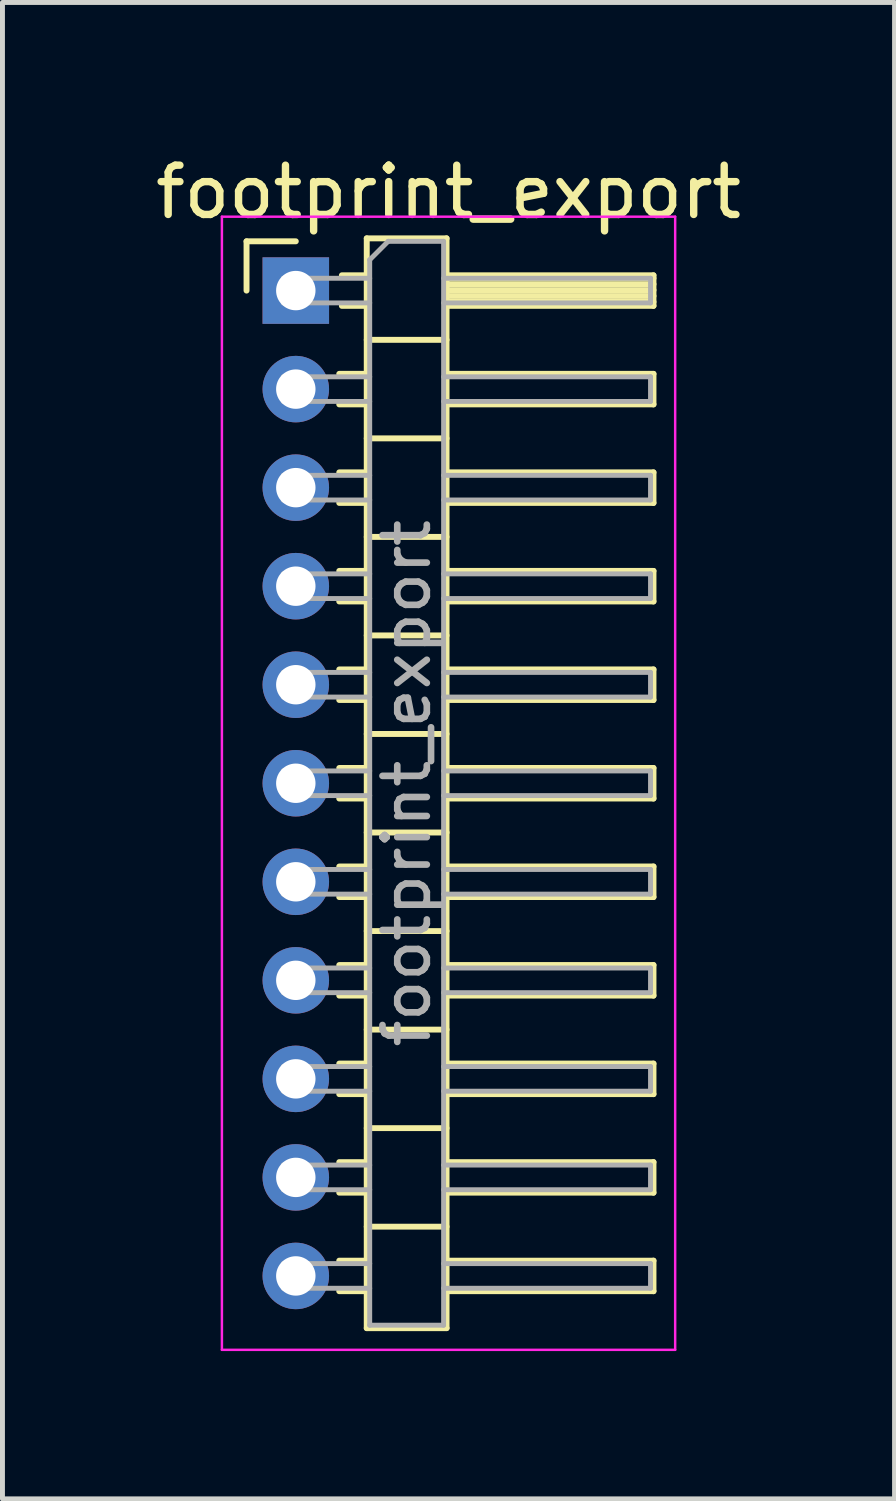
<source format=kicad_pcb>
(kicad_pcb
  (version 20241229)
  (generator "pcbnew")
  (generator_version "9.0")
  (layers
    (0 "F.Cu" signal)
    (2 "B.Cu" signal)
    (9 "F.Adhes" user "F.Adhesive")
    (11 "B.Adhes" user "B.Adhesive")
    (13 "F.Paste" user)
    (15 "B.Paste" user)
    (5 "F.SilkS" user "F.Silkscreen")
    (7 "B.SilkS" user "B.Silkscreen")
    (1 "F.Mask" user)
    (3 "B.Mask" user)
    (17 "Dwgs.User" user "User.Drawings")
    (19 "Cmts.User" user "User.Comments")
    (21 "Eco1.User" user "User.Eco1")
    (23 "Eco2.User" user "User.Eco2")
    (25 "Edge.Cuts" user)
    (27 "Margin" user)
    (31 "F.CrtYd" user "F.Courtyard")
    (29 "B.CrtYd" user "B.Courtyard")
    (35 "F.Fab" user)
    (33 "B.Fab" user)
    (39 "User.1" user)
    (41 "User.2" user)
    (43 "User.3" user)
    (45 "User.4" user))
  (footprint "footprint_export"
    (layer "F.Cu")
    (at 2.954 2.848)
    (property "Reference" "footprint_export" (at 3.1 -2 0) (layer "F.SilkS") (effects (font (size 1 1) (thickness 0.15))))
    (attr through_hole)
    (fp_line (start -1 -1) (end 0 -1) (stroke (width 0.12) (type solid)) (layer "F.SilkS"))
    (fp_line (start -1 0) (end -1 -1) (stroke (width 0.12) (type solid)) (layer "F.SilkS"))
    (fp_line (start 0.882 1.69) (end 1.44 1.69) (stroke (width 0.12) (type solid)) (layer "F.SilkS"))
    (fp_line (start 0.882 2.31) (end 1.44 2.31) (stroke (width 0.12) (type solid)) (layer "F.SilkS"))
    (fp_line (start 0.882 3.69) (end 1.44 3.69) (stroke (width 0.12) (type solid)) (layer "F.SilkS"))
    (fp_line (start 0.882 4.31) (end 1.44 4.31) (stroke (width 0.12) (type solid)) (layer "F.SilkS"))
    (fp_line (start 0.882 5.69) (end 1.44 5.69) (stroke (width 0.12) (type solid)) (layer "F.SilkS"))
    (fp_line (start 0.882 6.31) (end 1.44 6.31) (stroke (width 0.12) (type solid)) (layer "F.SilkS"))
    (fp_line (start 0.882 7.69) (end 1.44 7.69) (stroke (width 0.12) (type solid)) (layer "F.SilkS"))
    (fp_line (start 0.882 8.31) (end 1.44 8.31) (stroke (width 0.12) (type solid)) (layer "F.SilkS"))
    (fp_line (start 0.882 9.69) (end 1.44 9.69) (stroke (width 0.12) (type solid)) (layer "F.SilkS"))
    (fp_line (start 0.882 10.31) (end 1.44 10.31) (stroke (width 0.12) (type solid)) (layer "F.SilkS"))
    (fp_line (start 0.882 11.69) (end 1.44 11.69) (stroke (width 0.12) (type solid)) (layer "F.SilkS"))
    (fp_line (start 0.882 12.31) (end 1.44 12.31) (stroke (width 0.12) (type solid)) (layer "F.SilkS"))
    (fp_line (start 0.882 13.69) (end 1.44 13.69) (stroke (width 0.12) (type solid)) (layer "F.SilkS"))
    (fp_line (start 0.882 14.31) (end 1.44 14.31) (stroke (width 0.12) (type solid)) (layer "F.SilkS"))
    (fp_line (start 0.882 15.69) (end 1.44 15.69) (stroke (width 0.12) (type solid)) (layer "F.SilkS"))
    (fp_line (start 0.882 16.31) (end 1.44 16.31) (stroke (width 0.12) (type solid)) (layer "F.SilkS"))
    (fp_line (start 0.882 17.69) (end 1.44 17.69) (stroke (width 0.12) (type solid)) (layer "F.SilkS"))
    (fp_line (start 0.882 18.31) (end 1.44 18.31) (stroke (width 0.12) (type solid)) (layer "F.SilkS"))
    (fp_line (start 0.882 19.69) (end 1.44 19.69) (stroke (width 0.12) (type solid)) (layer "F.SilkS"))
    (fp_line (start 0.882 20.31) (end 1.44 20.31) (stroke (width 0.12) (type solid)) (layer "F.SilkS"))
    (fp_line (start 0.935 -0.31) (end 1.44 -0.31) (stroke (width 0.12) (type solid)) (layer "F.SilkS"))
    (fp_line (start 0.935 0.31) (end 1.44 0.31) (stroke (width 0.12) (type solid)) (layer "F.SilkS"))
    (fp_line (start 1.44 -1.06) (end 1.44 21.06) (stroke (width 0.12) (type solid)) (layer "F.SilkS"))
    (fp_line (start 1.44 1) (end 3.06 1) (stroke (width 0.12) (type solid)) (layer "F.SilkS"))
    (fp_line (start 1.44 3) (end 3.06 3) (stroke (width 0.12) (type solid)) (layer "F.SilkS"))
    (fp_line (start 1.44 5) (end 3.06 5) (stroke (width 0.12) (type solid)) (layer "F.SilkS"))
    (fp_line (start 1.44 7) (end 3.06 7) (stroke (width 0.12) (type solid)) (layer "F.SilkS"))
    (fp_line (start 1.44 9) (end 3.06 9) (stroke (width 0.12) (type solid)) (layer "F.SilkS"))
    (fp_line (start 1.44 11) (end 3.06 11) (stroke (width 0.12) (type solid)) (layer "F.SilkS"))
    (fp_line (start 1.44 13) (end 3.06 13) (stroke (width 0.12) (type solid)) (layer "F.SilkS"))
    (fp_line (start 1.44 15) (end 3.06 15) (stroke (width 0.12) (type solid)) (layer "F.SilkS"))
    (fp_line (start 1.44 17) (end 3.06 17) (stroke (width 0.12) (type solid)) (layer "F.SilkS"))
    (fp_line (start 1.44 19) (end 3.06 19) (stroke (width 0.12) (type solid)) (layer "F.SilkS"))
    (fp_line (start 1.44 21.06) (end 3.06 21.06) (stroke (width 0.12) (type solid)) (layer "F.SilkS"))
    (fp_line (start 3.06 -1.06) (end 1.44 -1.06) (stroke (width 0.12) (type solid)) (layer "F.SilkS"))
    (fp_line (start 3.06 -0.31) (end 7.26 -0.31) (stroke (width 0.12) (type solid)) (layer "F.SilkS"))
    (fp_line (start 3.06 -0.25) (end 7.26 -0.25) (stroke (width 0.12) (type solid)) (layer "F.SilkS"))
    (fp_line (start 3.06 -0.13) (end 7.26 -0.13) (stroke (width 0.12) (type solid)) (layer "F.SilkS"))
    (fp_line (start 3.06 -0.01) (end 7.26 -0.01) (stroke (width 0.12) (type solid)) (layer "F.SilkS"))
    (fp_line (start 3.06 0.11) (end 7.26 0.11) (stroke (width 0.12) (type solid)) (layer "F.SilkS"))
    (fp_line (start 3.06 0.23) (end 7.26 0.23) (stroke (width 0.12) (type solid)) (layer "F.SilkS"))
    (fp_line (start 3.06 1.69) (end 7.26 1.69) (stroke (width 0.12) (type solid)) (layer "F.SilkS"))
    (fp_line (start 3.06 3.69) (end 7.26 3.69) (stroke (width 0.12) (type solid)) (layer "F.SilkS"))
    (fp_line (start 3.06 5.69) (end 7.26 5.69) (stroke (width 0.12) (type solid)) (layer "F.SilkS"))
    (fp_line (start 3.06 7.69) (end 7.26 7.69) (stroke (width 0.12) (type solid)) (layer "F.SilkS"))
    (fp_line (start 3.06 9.69) (end 7.26 9.69) (stroke (width 0.12) (type solid)) (layer "F.SilkS"))
    (fp_line (start 3.06 11.69) (end 7.26 11.69) (stroke (width 0.12) (type solid)) (layer "F.SilkS"))
    (fp_line (start 3.06 13.69) (end 7.26 13.69) (stroke (width 0.12) (type solid)) (layer "F.SilkS"))
    (fp_line (start 3.06 15.69) (end 7.26 15.69) (stroke (width 0.12) (type solid)) (layer "F.SilkS"))
    (fp_line (start 3.06 17.69) (end 7.26 17.69) (stroke (width 0.12) (type solid)) (layer "F.SilkS"))
    (fp_line (start 3.06 19.69) (end 7.26 19.69) (stroke (width 0.12) (type solid)) (layer "F.SilkS"))
    (fp_line (start 3.06 21.06) (end 3.06 -1.06) (stroke (width 0.12) (type solid)) (layer "F.SilkS"))
    (fp_line (start 7.26 -0.31) (end 7.26 0.31) (stroke (width 0.12) (type solid)) (layer "F.SilkS"))
    (fp_line (start 7.26 0.31) (end 3.06 0.31) (stroke (width 0.12) (type solid)) (layer "F.SilkS"))
    (fp_line (start 7.26 1.69) (end 7.26 2.31) (stroke (width 0.12) (type solid)) (layer "F.SilkS"))
    (fp_line (start 7.26 2.31) (end 3.06 2.31) (stroke (width 0.12) (type solid)) (layer "F.SilkS"))
    (fp_line (start 7.26 3.69) (end 7.26 4.31) (stroke (width 0.12) (type solid)) (layer "F.SilkS"))
    (fp_line (start 7.26 4.31) (end 3.06 4.31) (stroke (width 0.12) (type solid)) (layer "F.SilkS"))
    (fp_line (start 7.26 5.69) (end 7.26 6.31) (stroke (width 0.12) (type solid)) (layer "F.SilkS"))
    (fp_line (start 7.26 6.31) (end 3.06 6.31) (stroke (width 0.12) (type solid)) (layer "F.SilkS"))
    (fp_line (start 7.26 7.69) (end 7.26 8.31) (stroke (width 0.12) (type solid)) (layer "F.SilkS"))
    (fp_line (start 7.26 8.31) (end 3.06 8.31) (stroke (width 0.12) (type solid)) (layer "F.SilkS"))
    (fp_line (start 7.26 9.69) (end 7.26 10.31) (stroke (width 0.12) (type solid)) (layer "F.SilkS"))
    (fp_line (start 7.26 10.31) (end 3.06 10.31) (stroke (width 0.12) (type solid)) (layer "F.SilkS"))
    (fp_line (start 7.26 11.69) (end 7.26 12.31) (stroke (width 0.12) (type solid)) (layer "F.SilkS"))
    (fp_line (start 7.26 12.31) (end 3.06 12.31) (stroke (width 0.12) (type solid)) (layer "F.SilkS"))
    (fp_line (start 7.26 13.69) (end 7.26 14.31) (stroke (width 0.12) (type solid)) (layer "F.SilkS"))
    (fp_line (start 7.26 14.31) (end 3.06 14.31) (stroke (width 0.12) (type solid)) (layer "F.SilkS"))
    (fp_line (start 7.26 15.69) (end 7.26 16.31) (stroke (width 0.12) (type solid)) (layer "F.SilkS"))
    (fp_line (start 7.26 16.31) (end 3.06 16.31) (stroke (width 0.12) (type solid)) (layer "F.SilkS"))
    (fp_line (start 7.26 17.69) (end 7.26 18.31) (stroke (width 0.12) (type solid)) (layer "F.SilkS"))
    (fp_line (start 7.26 18.31) (end 3.06 18.31) (stroke (width 0.12) (type solid)) (layer "F.SilkS"))
    (fp_line (start 7.26 19.69) (end 7.26 20.31) (stroke (width 0.12) (type solid)) (layer "F.SilkS"))
    (fp_line (start 7.26 20.31) (end 3.06 20.31) (stroke (width 0.12) (type solid)) (layer "F.SilkS"))
    (fp_line (start -1.5 -1.5) (end -1.5 21.5) (stroke (width 0.05) (type solid)) (layer "F.CrtYd"))
    (fp_line (start -1.5 21.5) (end 7.7 21.5) (stroke (width 0.05) (type solid)) (layer "F.CrtYd"))
    (fp_line (start 7.7 -1.5) (end -1.5 -1.5) (stroke (width 0.05) (type solid)) (layer "F.CrtYd"))
    (fp_line (start 7.7 21.5) (end 7.7 -1.5) (stroke (width 0.05) (type solid)) (layer "F.CrtYd"))
    (fp_line (start -0.25 -0.25) (end -0.25 0.25) (stroke (width 0.1) (type solid)) (layer "F.Fab"))
    (fp_line (start -0.25 -0.25) (end 1.5 -0.25) (stroke (width 0.1) (type solid)) (layer "F.Fab"))
    (fp_line (start -0.25 0.25) (end 1.5 0.25) (stroke (width 0.1) (type solid)) (layer "F.Fab"))
    (fp_line (start -0.25 1.75) (end -0.25 2.25) (stroke (width 0.1) (type solid)) (layer "F.Fab"))
    (fp_line (start -0.25 1.75) (end 1.5 1.75) (stroke (width 0.1) (type solid)) (layer "F.Fab"))
    (fp_line (start -0.25 2.25) (end 1.5 2.25) (stroke (width 0.1) (type solid)) (layer "F.Fab"))
    (fp_line (start -0.25 3.75) (end -0.25 4.25) (stroke (width 0.1) (type solid)) (layer "F.Fab"))
    (fp_line (start -0.25 3.75) (end 1.5 3.75) (stroke (width 0.1) (type solid)) (layer "F.Fab"))
    (fp_line (start -0.25 4.25) (end 1.5 4.25) (stroke (width 0.1) (type solid)) (layer "F.Fab"))
    (fp_line (start -0.25 5.75) (end -0.25 6.25) (stroke (width 0.1) (type solid)) (layer "F.Fab"))
    (fp_line (start -0.25 5.75) (end 1.5 5.75) (stroke (width 0.1) (type solid)) (layer "F.Fab"))
    (fp_line (start -0.25 6.25) (end 1.5 6.25) (stroke (width 0.1) (type solid)) (layer "F.Fab"))
    (fp_line (start -0.25 7.75) (end -0.25 8.25) (stroke (width 0.1) (type solid)) (layer "F.Fab"))
    (fp_line (start -0.25 7.75) (end 1.5 7.75) (stroke (width 0.1) (type solid)) (layer "F.Fab"))
    (fp_line (start -0.25 8.25) (end 1.5 8.25) (stroke (width 0.1) (type solid)) (layer "F.Fab"))
    (fp_line (start -0.25 9.75) (end -0.25 10.25) (stroke (width 0.1) (type solid)) (layer "F.Fab"))
    (fp_line (start -0.25 9.75) (end 1.5 9.75) (stroke (width 0.1) (type solid)) (layer "F.Fab"))
    (fp_line (start -0.25 10.25) (end 1.5 10.25) (stroke (width 0.1) (type solid)) (layer "F.Fab"))
    (fp_line (start -0.25 11.75) (end -0.25 12.25) (stroke (width 0.1) (type solid)) (layer "F.Fab"))
    (fp_line (start -0.25 11.75) (end 1.5 11.75) (stroke (width 0.1) (type solid)) (layer "F.Fab"))
    (fp_line (start -0.25 12.25) (end 1.5 12.25) (stroke (width 0.1) (type solid)) (layer "F.Fab"))
    (fp_line (start -0.25 13.75) (end -0.25 14.25) (stroke (width 0.1) (type solid)) (layer "F.Fab"))
    (fp_line (start -0.25 13.75) (end 1.5 13.75) (stroke (width 0.1) (type solid)) (layer "F.Fab"))
    (fp_line (start -0.25 14.25) (end 1.5 14.25) (stroke (width 0.1) (type solid)) (layer "F.Fab"))
    (fp_line (start -0.25 15.75) (end -0.25 16.25) (stroke (width 0.1) (type solid)) (layer "F.Fab"))
    (fp_line (start -0.25 15.75) (end 1.5 15.75) (stroke (width 0.1) (type solid)) (layer "F.Fab"))
    (fp_line (start -0.25 16.25) (end 1.5 16.25) (stroke (width 0.1) (type solid)) (layer "F.Fab"))
    (fp_line (start -0.25 17.75) (end -0.25 18.25) (stroke (width 0.1) (type solid)) (layer "F.Fab"))
    (fp_line (start -0.25 17.75) (end 1.5 17.75) (stroke (width 0.1) (type solid)) (layer "F.Fab"))
    (fp_line (start -0.25 18.25) (end 1.5 18.25) (stroke (width 0.1) (type solid)) (layer "F.Fab"))
    (fp_line (start -0.25 19.75) (end -0.25 20.25) (stroke (width 0.1) (type solid)) (layer "F.Fab"))
    (fp_line (start -0.25 19.75) (end 1.5 19.75) (stroke (width 0.1) (type solid)) (layer "F.Fab"))
    (fp_line (start -0.25 20.25) (end 1.5 20.25) (stroke (width 0.1) (type solid)) (layer "F.Fab"))
    (fp_line (start 1.5 -0.625) (end 1.875 -1) (stroke (width 0.1) (type solid)) (layer "F.Fab"))
    (fp_line (start 1.5 21) (end 1.5 -0.625) (stroke (width 0.1) (type solid)) (layer "F.Fab"))
    (fp_line (start 1.875 -1) (end 3 -1) (stroke (width 0.1) (type solid)) (layer "F.Fab"))
    (fp_line (start 3 -1) (end 3 21) (stroke (width 0.1) (type solid)) (layer "F.Fab"))
    (fp_line (start 3 -0.25) (end 7.2 -0.25) (stroke (width 0.1) (type solid)) (layer "F.Fab"))
    (fp_line (start 3 0.25) (end 7.2 0.25) (stroke (width 0.1) (type solid)) (layer "F.Fab"))
    (fp_line (start 3 1.75) (end 7.2 1.75) (stroke (width 0.1) (type solid)) (layer "F.Fab"))
    (fp_line (start 3 2.25) (end 7.2 2.25) (stroke (width 0.1) (type solid)) (layer "F.Fab"))
    (fp_line (start 3 3.75) (end 7.2 3.75) (stroke (width 0.1) (type solid)) (layer "F.Fab"))
    (fp_line (start 3 4.25) (end 7.2 4.25) (stroke (width 0.1) (type solid)) (layer "F.Fab"))
    (fp_line (start 3 5.75) (end 7.2 5.75) (stroke (width 0.1) (type solid)) (layer "F.Fab"))
    (fp_line (start 3 6.25) (end 7.2 6.25) (stroke (width 0.1) (type solid)) (layer "F.Fab"))
    (fp_line (start 3 7.75) (end 7.2 7.75) (stroke (width 0.1) (type solid)) (layer "F.Fab"))
    (fp_line (start 3 8.25) (end 7.2 8.25) (stroke (width 0.1) (type solid)) (layer "F.Fab"))
    (fp_line (start 3 9.75) (end 7.2 9.75) (stroke (width 0.1) (type solid)) (layer "F.Fab"))
    (fp_line (start 3 10.25) (end 7.2 10.25) (stroke (width 0.1) (type solid)) (layer "F.Fab"))
    (fp_line (start 3 11.75) (end 7.2 11.75) (stroke (width 0.1) (type solid)) (layer "F.Fab"))
    (fp_line (start 3 12.25) (end 7.2 12.25) (stroke (width 0.1) (type solid)) (layer "F.Fab"))
    (fp_line (start 3 13.75) (end 7.2 13.75) (stroke (width 0.1) (type solid)) (layer "F.Fab"))
    (fp_line (start 3 14.25) (end 7.2 14.25) (stroke (width 0.1) (type solid)) (layer "F.Fab"))
    (fp_line (start 3 15.75) (end 7.2 15.75) (stroke (width 0.1) (type solid)) (layer "F.Fab"))
    (fp_line (start 3 16.25) (end 7.2 16.25) (stroke (width 0.1) (type solid)) (layer "F.Fab"))
    (fp_line (start 3 17.75) (end 7.2 17.75) (stroke (width 0.1) (type solid)) (layer "F.Fab"))
    (fp_line (start 3 18.25) (end 7.2 18.25) (stroke (width 0.1) (type solid)) (layer "F.Fab"))
    (fp_line (start 3 19.75) (end 7.2 19.75) (stroke (width 0.1) (type solid)) (layer "F.Fab"))
    (fp_line (start 3 20.25) (end 7.2 20.25) (stroke (width 0.1) (type solid)) (layer "F.Fab"))
    (fp_line (start 3 21) (end 1.5 21) (stroke (width 0.1) (type solid)) (layer "F.Fab"))
    (fp_line (start 7.2 -0.25) (end 7.2 0.25) (stroke (width 0.1) (type solid)) (layer "F.Fab"))
    (fp_line (start 7.2 1.75) (end 7.2 2.25) (stroke (width 0.1) (type solid)) (layer "F.Fab"))
    (fp_line (start 7.2 3.75) (end 7.2 4.25) (stroke (width 0.1) (type solid)) (layer "F.Fab"))
    (fp_line (start 7.2 5.75) (end 7.2 6.25) (stroke (width 0.1) (type solid)) (layer "F.Fab"))
    (fp_line (start 7.2 7.75) (end 7.2 8.25) (stroke (width 0.1) (type solid)) (layer "F.Fab"))
    (fp_line (start 7.2 9.75) (end 7.2 10.25) (stroke (width 0.1) (type solid)) (layer "F.Fab"))
    (fp_line (start 7.2 11.75) (end 7.2 12.25) (stroke (width 0.1) (type solid)) (layer "F.Fab"))
    (fp_line (start 7.2 13.75) (end 7.2 14.25) (stroke (width 0.1) (type solid)) (layer "F.Fab"))
    (fp_line (start 7.2 15.75) (end 7.2 16.25) (stroke (width 0.1) (type solid)) (layer "F.Fab"))
    (fp_line (start 7.2 17.75) (end 7.2 18.25) (stroke (width 0.1) (type solid)) (layer "F.Fab"))
    (fp_line (start 7.2 19.75) (end 7.2 20.25) (stroke (width 0.1) (type solid)) (layer "F.Fab"))
    (fp_text user "${REFERENCE}" (at 2.25 10 90) (layer "F.Fab") (effects (font (size 0.9 0.9) (thickness 0.135))))
    (pad "1" thru_hole rect (at 0 0) (size 1.35 1.35) (drill 0.8) (layers "*.Cu" "*.Mask"))
    (pad "2" thru_hole oval (at 0 2) (size 1.35 1.35) (drill 0.8) (layers "*.Cu" "*.Mask"))
    (pad "3" thru_hole oval (at 0 4) (size 1.35 1.35) (drill 0.8) (layers "*.Cu" "*.Mask"))
    (pad "4" thru_hole oval (at 0 6) (size 1.35 1.35) (drill 0.8) (layers "*.Cu" "*.Mask"))
    (pad "5" thru_hole oval (at 0 8) (size 1.35 1.35) (drill 0.8) (layers "*.Cu" "*.Mask"))
    (pad "6" thru_hole oval (at 0 10) (size 1.35 1.35) (drill 0.8) (layers "*.Cu" "*.Mask"))
    (pad "7" thru_hole oval (at 0 12) (size 1.35 1.35) (drill 0.8) (layers "*.Cu" "*.Mask"))
    (pad "8" thru_hole oval (at 0 14) (size 1.35 1.35) (drill 0.8) (layers "*.Cu" "*.Mask"))
    (pad "9" thru_hole oval (at 0 16) (size 1.35 1.35) (drill 0.8) (layers "*.Cu" "*.Mask"))
    (pad "10" thru_hole oval (at 0 18) (size 1.35 1.35) (drill 0.8) (layers "*.Cu" "*.Mask"))
    (pad "11" thru_hole oval (at 0 20) (size 1.35 1.35) (drill 0.8) (layers "*.Cu" "*.Mask")))
  (gr_rect
    (start -3 -3)
    (end 15.107 27.373)
    (stroke (width 0.1) (type default))
    (fill no)
    (layer "Edge.Cuts")))
</source>
